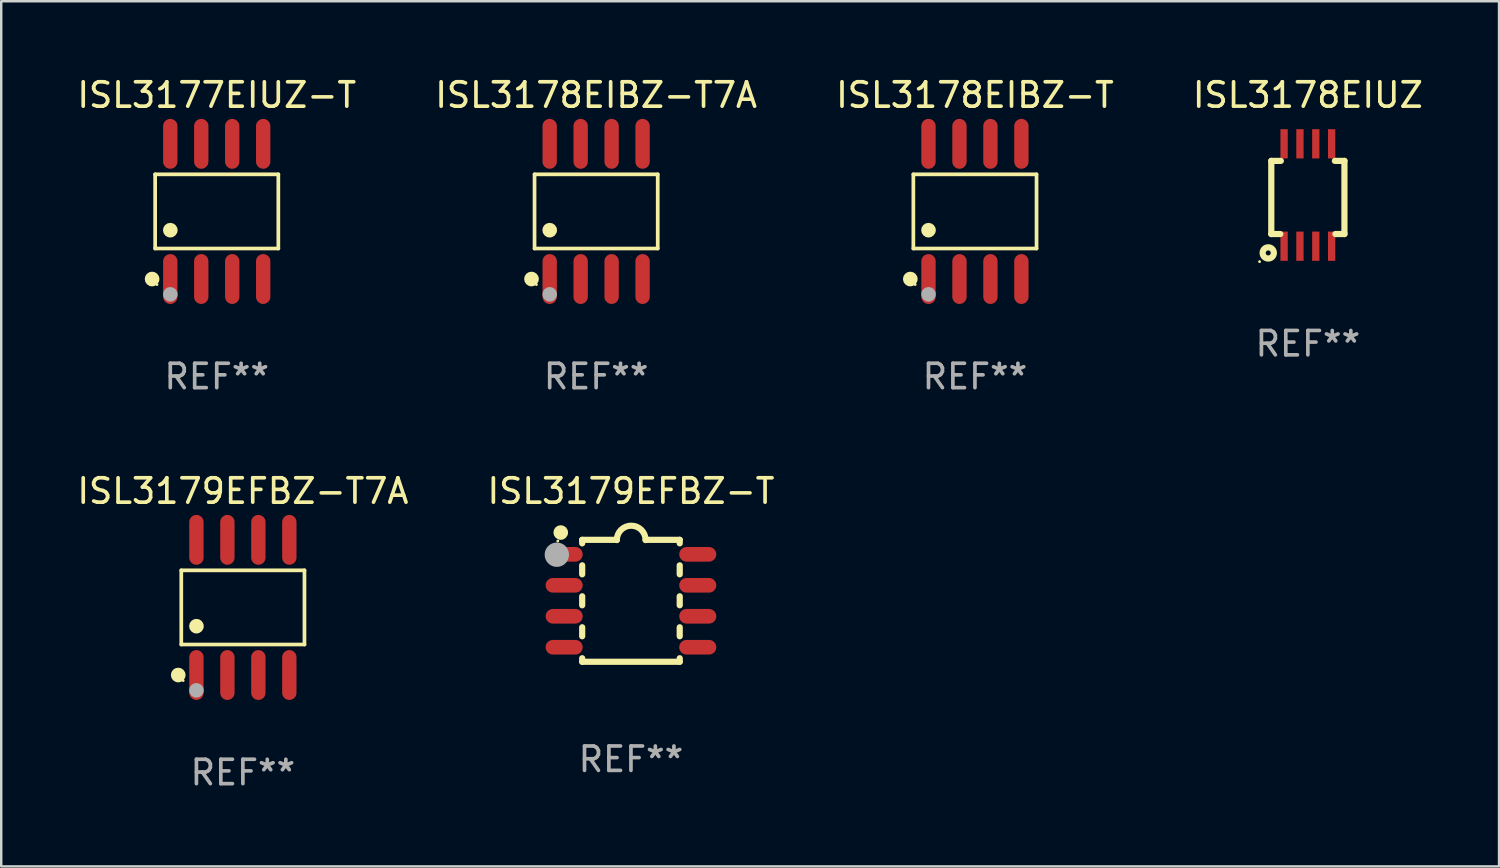
<source format=kicad_pcb>
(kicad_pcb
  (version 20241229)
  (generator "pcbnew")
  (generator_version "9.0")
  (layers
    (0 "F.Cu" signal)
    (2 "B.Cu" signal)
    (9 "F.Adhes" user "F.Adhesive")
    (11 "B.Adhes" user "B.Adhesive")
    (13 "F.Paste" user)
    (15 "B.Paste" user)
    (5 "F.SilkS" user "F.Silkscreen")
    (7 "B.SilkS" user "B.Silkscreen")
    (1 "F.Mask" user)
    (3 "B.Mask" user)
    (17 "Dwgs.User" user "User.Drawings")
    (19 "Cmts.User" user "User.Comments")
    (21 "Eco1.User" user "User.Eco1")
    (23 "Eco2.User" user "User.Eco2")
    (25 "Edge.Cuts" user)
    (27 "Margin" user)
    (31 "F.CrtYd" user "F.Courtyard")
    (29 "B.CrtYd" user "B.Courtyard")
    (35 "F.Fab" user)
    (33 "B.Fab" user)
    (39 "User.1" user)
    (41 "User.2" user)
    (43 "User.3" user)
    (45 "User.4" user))
  (footprint "ISL3178EIBZ-T7A"
    (layer "F.Cu")
    (at 21.399 5.621)
    (property "Reference" "ISL3178EIBZ-T7A" (at 0 -4.772 0) (layer "F.SilkS") (effects (font (size 1 1) (thickness 0.15))))
    (attr through_hole)
    (fp_line (start -2.526 -1.521) (end 2.526 -1.521) (stroke (width 0.152) (type solid)) (layer "F.SilkS"))
    (fp_line (start -2.526 1.521) (end -2.526 -1.521) (stroke (width 0.152) (type solid)) (layer "F.SilkS"))
    (fp_line (start 2.526 -1.521) (end 2.526 1.521) (stroke (width 0.152) (type solid)) (layer "F.SilkS"))
    (fp_line (start 2.526 1.521) (end -2.526 1.521) (stroke (width 0.152) (type solid)) (layer "F.SilkS"))
    (fp_circle (center -2.652 2.772) (end -2.501 2.772) (stroke (width 0.3) (type solid)) (fill no) (layer "F.SilkS"))
    (fp_circle (center -2.45 3) (end -2.42 3) (stroke (width 0.06) (type solid)) (fill no) (layer "F.SilkS"))
    (fp_circle (center -1.905 0.769) (end -1.755 0.769) (stroke (width 0.3) (type solid)) (fill no) (layer "F.SilkS"))
    (fp_circle (center -1.905 3.4) (end -1.755 3.4) (stroke (width 0.3) (type solid)) (fill no) (layer "F.Fab"))
    (fp_text user "REF**" (at 0 6.772 0) (layer "F.Fab") (effects (font (size 1 1) (thickness 0.15))))
    (pad "1" smd oval (at -1.905 2.772) (size 0.588 2.045) (layers "F.Cu" "F.Mask" "F.Paste"))
    (pad "2" smd oval (at -0.635 2.772) (size 0.588 2.045) (layers "F.Cu" "F.Mask" "F.Paste"))
    (pad "3" smd oval (at 0.635 2.772) (size 0.588 2.045) (layers "F.Cu" "F.Mask" "F.Paste"))
    (pad "4" smd oval (at 1.905 2.772) (size 0.588 2.045) (layers "F.Cu" "F.Mask" "F.Paste"))
    (pad "5" smd oval (at 1.905 -2.772) (size 0.588 2.045) (layers "F.Cu" "F.Mask" "F.Paste"))
    (pad "6" smd oval (at 0.635 -2.772) (size 0.588 2.045) (layers "F.Cu" "F.Mask" "F.Paste"))
    (pad "7" smd oval (at -0.635 -2.772) (size 0.588 2.045) (layers "F.Cu" "F.Mask" "F.Paste"))
    (pad "8" smd oval (at -1.905 -2.772) (size 0.588 2.045) (layers "F.Cu" "F.Mask" "F.Paste")))
  (footprint "ISL3178EIBZ-T"
    (layer "F.Cu")
    (at 36.935 5.621)
    (property "Reference" "ISL3178EIBZ-T" (at 0 -4.772 0) (layer "F.SilkS") (effects (font (size 1 1) (thickness 0.15))))
    (attr through_hole)
    (fp_line (start -2.526 -1.521) (end 2.526 -1.521) (stroke (width 0.152) (type solid)) (layer "F.SilkS"))
    (fp_line (start -2.526 1.521) (end -2.526 -1.521) (stroke (width 0.152) (type solid)) (layer "F.SilkS"))
    (fp_line (start 2.526 -1.521) (end 2.526 1.521) (stroke (width 0.152) (type solid)) (layer "F.SilkS"))
    (fp_line (start 2.526 1.521) (end -2.526 1.521) (stroke (width 0.152) (type solid)) (layer "F.SilkS"))
    (fp_circle (center -2.652 2.772) (end -2.501 2.772) (stroke (width 0.3) (type solid)) (fill no) (layer "F.SilkS"))
    (fp_circle (center -2.45 3) (end -2.42 3) (stroke (width 0.06) (type solid)) (fill no) (layer "F.SilkS"))
    (fp_circle (center -1.905 0.769) (end -1.755 0.769) (stroke (width 0.3) (type solid)) (fill no) (layer "F.SilkS"))
    (fp_circle (center -1.905 3.4) (end -1.755 3.4) (stroke (width 0.3) (type solid)) (fill no) (layer "F.Fab"))
    (fp_text user "REF**" (at 0 6.772 0) (layer "F.Fab") (effects (font (size 1 1) (thickness 0.15))))
    (pad "1" smd oval (at -1.905 2.772) (size 0.588 2.045) (layers "F.Cu" "F.Mask" "F.Paste"))
    (pad "2" smd oval (at -0.635 2.772) (size 0.588 2.045) (layers "F.Cu" "F.Mask" "F.Paste"))
    (pad "3" smd oval (at 0.635 2.772) (size 0.588 2.045) (layers "F.Cu" "F.Mask" "F.Paste"))
    (pad "4" smd oval (at 1.905 2.772) (size 0.588 2.045) (layers "F.Cu" "F.Mask" "F.Paste"))
    (pad "5" smd oval (at 1.905 -2.772) (size 0.588 2.045) (layers "F.Cu" "F.Mask" "F.Paste"))
    (pad "6" smd oval (at 0.635 -2.772) (size 0.588 2.045) (layers "F.Cu" "F.Mask" "F.Paste"))
    (pad "7" smd oval (at -0.635 -2.772) (size 0.588 2.045) (layers "F.Cu" "F.Mask" "F.Paste"))
    (pad "8" smd oval (at -1.905 -2.772) (size 0.588 2.045) (layers "F.Cu" "F.Mask" "F.Paste")))
  (footprint "ISL3178EIUZ"
    (layer "F.Cu")
    (at 50.589 4.948)
    (property "Reference" "ISL3178EIUZ" (at 0 -4.1 0) (layer "F.SilkS") (effects (font (size 1 1) (thickness 0.15))))
    (attr through_hole)
    (fp_line (start -1.5 -1.4) (end -1.5 1.6) (stroke (width 0.254) (type solid)) (layer "F.SilkS"))
    (fp_line (start -1.5 -1.4) (end -1.108 -1.4) (stroke (width 0.254) (type solid)) (layer "F.SilkS"))
    (fp_line (start -1.5 1.6) (end -1.131 1.6) (stroke (width 0.254) (type solid)) (layer "F.SilkS"))
    (fp_line (start 1.108 -1.4) (end 1.5 -1.4) (stroke (width 0.254) (type solid)) (layer "F.SilkS"))
    (fp_line (start 1.131 1.6) (end 1.5 1.6) (stroke (width 0.254) (type solid)) (layer "F.SilkS"))
    (fp_line (start 1.5 -1.4) (end 1.5 1.6) (stroke (width 0.254) (type solid)) (layer "F.SilkS"))
    (fp_circle (center -1.982 2.732) (end -1.952 2.732) (stroke (width 0.06) (type solid)) (fill no) (layer "F.SilkS"))
    (fp_circle (center -1.625 2.375) (end -1.395 2.375) (stroke (width 0.254) (type solid)) (fill no) (layer "F.SilkS"))
    (fp_text user "REF**" (at 0 6.1 0) (layer "F.Fab") (effects (font (size 1 1) (thickness 0.15))))
    (pad "1" smd rect (at -0.975 2.1 180) (size 0.3 1.2) (layers "F.Cu" "F.Mask" "F.Paste"))
    (pad "2" smd rect (at -0.325 2.1 180) (size 0.3 1.2) (layers "F.Cu" "F.Mask" "F.Paste"))
    (pad "3" smd rect (at 0.325 2.1 180) (size 0.3 1.2) (layers "F.Cu" "F.Mask" "F.Paste"))
    (pad "4" smd rect (at 0.975 2.1 180) (size 0.3 1.2) (layers "F.Cu" "F.Mask" "F.Paste"))
    (pad "5" smd rect (at 0.975 -2.1 180) (size 0.3 1.2) (layers "F.Cu" "F.Mask" "F.Paste"))
    (pad "6" smd rect (at 0.325 -2.1 180) (size 0.3 1.2) (layers "F.Cu" "F.Mask" "F.Paste"))
    (pad "7" smd rect (at -0.325 -2.1 180) (size 0.3 1.2) (layers "F.Cu" "F.Mask" "F.Paste"))
    (pad "8" smd rect (at -0.975 -2.1 180) (size 0.3 1.2) (layers "F.Cu" "F.Mask" "F.Paste")))
  (footprint "ISL3179EFBZ-T"
    (layer "F.Cu")
    (at 22.827 21.59)
    (property "Reference" "ISL3179EFBZ-T" (at 0 -4.5 0) (layer "F.SilkS") (effects (font (size 1 1) (thickness 0.15))))
    (attr through_hole)
    (fp_line (start -2 -2.5) (end -2 -2.356) (stroke (width 0.254) (type solid)) (layer "F.SilkS"))
    (fp_line (start -2 -1.454) (end -2 -1.086) (stroke (width 0.254) (type solid)) (layer "F.SilkS"))
    (fp_line (start -2 -0.184) (end -2 0.184) (stroke (width 0.254) (type solid)) (layer "F.SilkS"))
    (fp_line (start -2 1.086) (end -2 1.454) (stroke (width 0.254) (type solid)) (layer "F.SilkS"))
    (fp_line (start -2 2.356) (end -2 2.5) (stroke (width 0.254) (type solid)) (layer "F.SilkS"))
    (fp_line (start -0.58 -2.5) (end -2 -2.5) (stroke (width 0.254) (type solid)) (layer "F.SilkS"))
    (fp_line (start 2 -2.5) (end 0.6 -2.5) (stroke (width 0.254) (type solid)) (layer "F.SilkS"))
    (fp_line (start 2 -2.5) (end 2 -2.356) (stroke (width 0.254) (type solid)) (layer "F.SilkS"))
    (fp_line (start 2 -1.454) (end 2 -1.086) (stroke (width 0.254) (type solid)) (layer "F.SilkS"))
    (fp_line (start 2 -0.184) (end 2 0.184) (stroke (width 0.254) (type solid)) (layer "F.SilkS"))
    (fp_line (start 2 1.086) (end 2 1.454) (stroke (width 0.254) (type solid)) (layer "F.SilkS"))
    (fp_line (start 2 2.356) (end 2 2.5) (stroke (width 0.254) (type solid)) (layer "F.SilkS"))
    (fp_line (start 2 2.5) (end -2 2.5) (stroke (width 0.254) (type solid)) (layer "F.SilkS"))
    (fp_arc (start -0.579908 -2.489992) (mid 0.010097 -3.07831) (end 0.600102 -2.489992) (stroke (width 0.254001) (type solid)) (layer "F.SilkS"))
    (fp_circle (center -3 -2.45) (end -2.97 -2.45) (stroke (width 0.06) (type solid)) (fill no) (layer "F.SilkS"))
    (fp_circle (center -2.88 -2.8) (end -2.73 -2.8) (stroke (width 0.3) (type solid)) (fill no) (layer "F.SilkS"))
    (fp_circle (center -3.04 -1.89) (end -2.79 -1.89) (stroke (width 0.5) (type solid)) (fill no) (layer "F.Fab"))
    (fp_text user "REF**" (at 0 6.5 0) (layer "F.Fab") (effects (font (size 1 1) (thickness 0.15))))
    (pad "1" smd oval (at -2.74 -1.905 90) (size 0.6 1.52) (layers "F.Cu" "F.Mask" "F.Paste"))
    (pad "2" smd oval (at -2.74 -0.635 90) (size 0.6 1.52) (layers "F.Cu" "F.Mask" "F.Paste"))
    (pad "3" smd oval (at -2.74 0.635 90) (size 0.6 1.52) (layers "F.Cu" "F.Mask" "F.Paste"))
    (pad "4" smd oval (at -2.74 1.905 90) (size 0.6 1.52) (layers "F.Cu" "F.Mask" "F.Paste"))
    (pad "5" smd oval (at 2.74 1.905 90) (size 0.6 1.52) (layers "F.Cu" "F.Mask" "F.Paste"))
    (pad "6" smd oval (at 2.74 0.635 90) (size 0.6 1.52) (layers "F.Cu" "F.Mask" "F.Paste"))
    (pad "7" smd oval (at 2.74 -0.635 90) (size 0.6 1.52) (layers "F.Cu" "F.Mask" "F.Paste"))
    (pad "8" smd oval (at 2.74 -1.905 90) (size 0.6 1.52) (layers "F.Cu" "F.Mask" "F.Paste")))
  (footprint "ISL3179EFBZ-T7A"
    (layer "F.Cu")
    (at 6.911 21.862)
    (property "Reference" "ISL3179EFBZ-T7A" (at 0 -4.772 0) (layer "F.SilkS") (effects (font (size 1 1) (thickness 0.15))))
    (attr through_hole)
    (fp_line (start -2.526 -1.521) (end 2.526 -1.521) (stroke (width 0.152) (type solid)) (layer "F.SilkS"))
    (fp_line (start -2.526 1.521) (end -2.526 -1.521) (stroke (width 0.152) (type solid)) (layer "F.SilkS"))
    (fp_line (start 2.526 -1.521) (end 2.526 1.521) (stroke (width 0.152) (type solid)) (layer "F.SilkS"))
    (fp_line (start 2.526 1.521) (end -2.526 1.521) (stroke (width 0.152) (type solid)) (layer "F.SilkS"))
    (fp_circle (center -2.652 2.772) (end -2.501 2.772) (stroke (width 0.3) (type solid)) (fill no) (layer "F.SilkS"))
    (fp_circle (center -2.45 3) (end -2.42 3) (stroke (width 0.06) (type solid)) (fill no) (layer "F.SilkS"))
    (fp_circle (center -1.905 0.769) (end -1.755 0.769) (stroke (width 0.3) (type solid)) (fill no) (layer "F.SilkS"))
    (fp_circle (center -1.905 3.4) (end -1.755 3.4) (stroke (width 0.3) (type solid)) (fill no) (layer "F.Fab"))
    (fp_text user "REF**" (at 0 6.772 0) (layer "F.Fab") (effects (font (size 1 1) (thickness 0.15))))
    (pad "1" smd oval (at -1.905 2.772) (size 0.588 2.045) (layers "F.Cu" "F.Mask" "F.Paste"))
    (pad "2" smd oval (at -0.635 2.772) (size 0.588 2.045) (layers "F.Cu" "F.Mask" "F.Paste"))
    (pad "3" smd oval (at 0.635 2.772) (size 0.588 2.045) (layers "F.Cu" "F.Mask" "F.Paste"))
    (pad "4" smd oval (at 1.905 2.772) (size 0.588 2.045) (layers "F.Cu" "F.Mask" "F.Paste"))
    (pad "5" smd oval (at 1.905 -2.772) (size 0.588 2.045) (layers "F.Cu" "F.Mask" "F.Paste"))
    (pad "6" smd oval (at 0.635 -2.772) (size 0.588 2.045) (layers "F.Cu" "F.Mask" "F.Paste"))
    (pad "7" smd oval (at -0.635 -2.772) (size 0.588 2.045) (layers "F.Cu" "F.Mask" "F.Paste"))
    (pad "8" smd oval (at -1.905 -2.772) (size 0.588 2.045) (layers "F.Cu" "F.Mask" "F.Paste")))
  (footprint "ISL3177EIUZ-T"
    (layer "F.Cu")
    (at 5.839 5.621)
    (property "Reference" "ISL3177EIUZ-T" (at 0 -4.772 0) (layer "F.SilkS") (effects (font (size 1 1) (thickness 0.15))))
    (attr through_hole)
    (fp_line (start -2.526 -1.521) (end 2.526 -1.521) (stroke (width 0.152) (type solid)) (layer "F.SilkS"))
    (fp_line (start -2.526 1.521) (end -2.526 -1.521) (stroke (width 0.152) (type solid)) (layer "F.SilkS"))
    (fp_line (start 2.526 -1.521) (end 2.526 1.521) (stroke (width 0.152) (type solid)) (layer "F.SilkS"))
    (fp_line (start 2.526 1.521) (end -2.526 1.521) (stroke (width 0.152) (type solid)) (layer "F.SilkS"))
    (fp_circle (center -2.652 2.772) (end -2.501 2.772) (stroke (width 0.3) (type solid)) (fill no) (layer "F.SilkS"))
    (fp_circle (center -2.45 3) (end -2.42 3) (stroke (width 0.06) (type solid)) (fill no) (layer "F.SilkS"))
    (fp_circle (center -1.905 0.769) (end -1.755 0.769) (stroke (width 0.3) (type solid)) (fill no) (layer "F.SilkS"))
    (fp_circle (center -1.905 3.4) (end -1.755 3.4) (stroke (width 0.3) (type solid)) (fill no) (layer "F.Fab"))
    (fp_text user "REF**" (at 0 6.772 0) (layer "F.Fab") (effects (font (size 1 1) (thickness 0.15))))
    (pad "1" smd oval (at -1.905 2.772) (size 0.588 2.045) (layers "F.Cu" "F.Mask" "F.Paste"))
    (pad "2" smd oval (at -0.635 2.772) (size 0.588 2.045) (layers "F.Cu" "F.Mask" "F.Paste"))
    (pad "3" smd oval (at 0.635 2.772) (size 0.588 2.045) (layers "F.Cu" "F.Mask" "F.Paste"))
    (pad "4" smd oval (at 1.905 2.772) (size 0.588 2.045) (layers "F.Cu" "F.Mask" "F.Paste"))
    (pad "5" smd oval (at 1.905 -2.772) (size 0.588 2.045) (layers "F.Cu" "F.Mask" "F.Paste"))
    (pad "6" smd oval (at 0.635 -2.772) (size 0.588 2.045) (layers "F.Cu" "F.Mask" "F.Paste"))
    (pad "7" smd oval (at -0.635 -2.772) (size 0.588 2.045) (layers "F.Cu" "F.Mask" "F.Paste"))
    (pad "8" smd oval (at -1.905 -2.772) (size 0.588 2.045) (layers "F.Cu" "F.Mask" "F.Paste")))
  (gr_rect
    (start -3 -3)
    (end 58.429 32.483)
    (stroke (width 0.1) (type default))
    (fill no)
    (layer "Edge.Cuts")))
</source>
